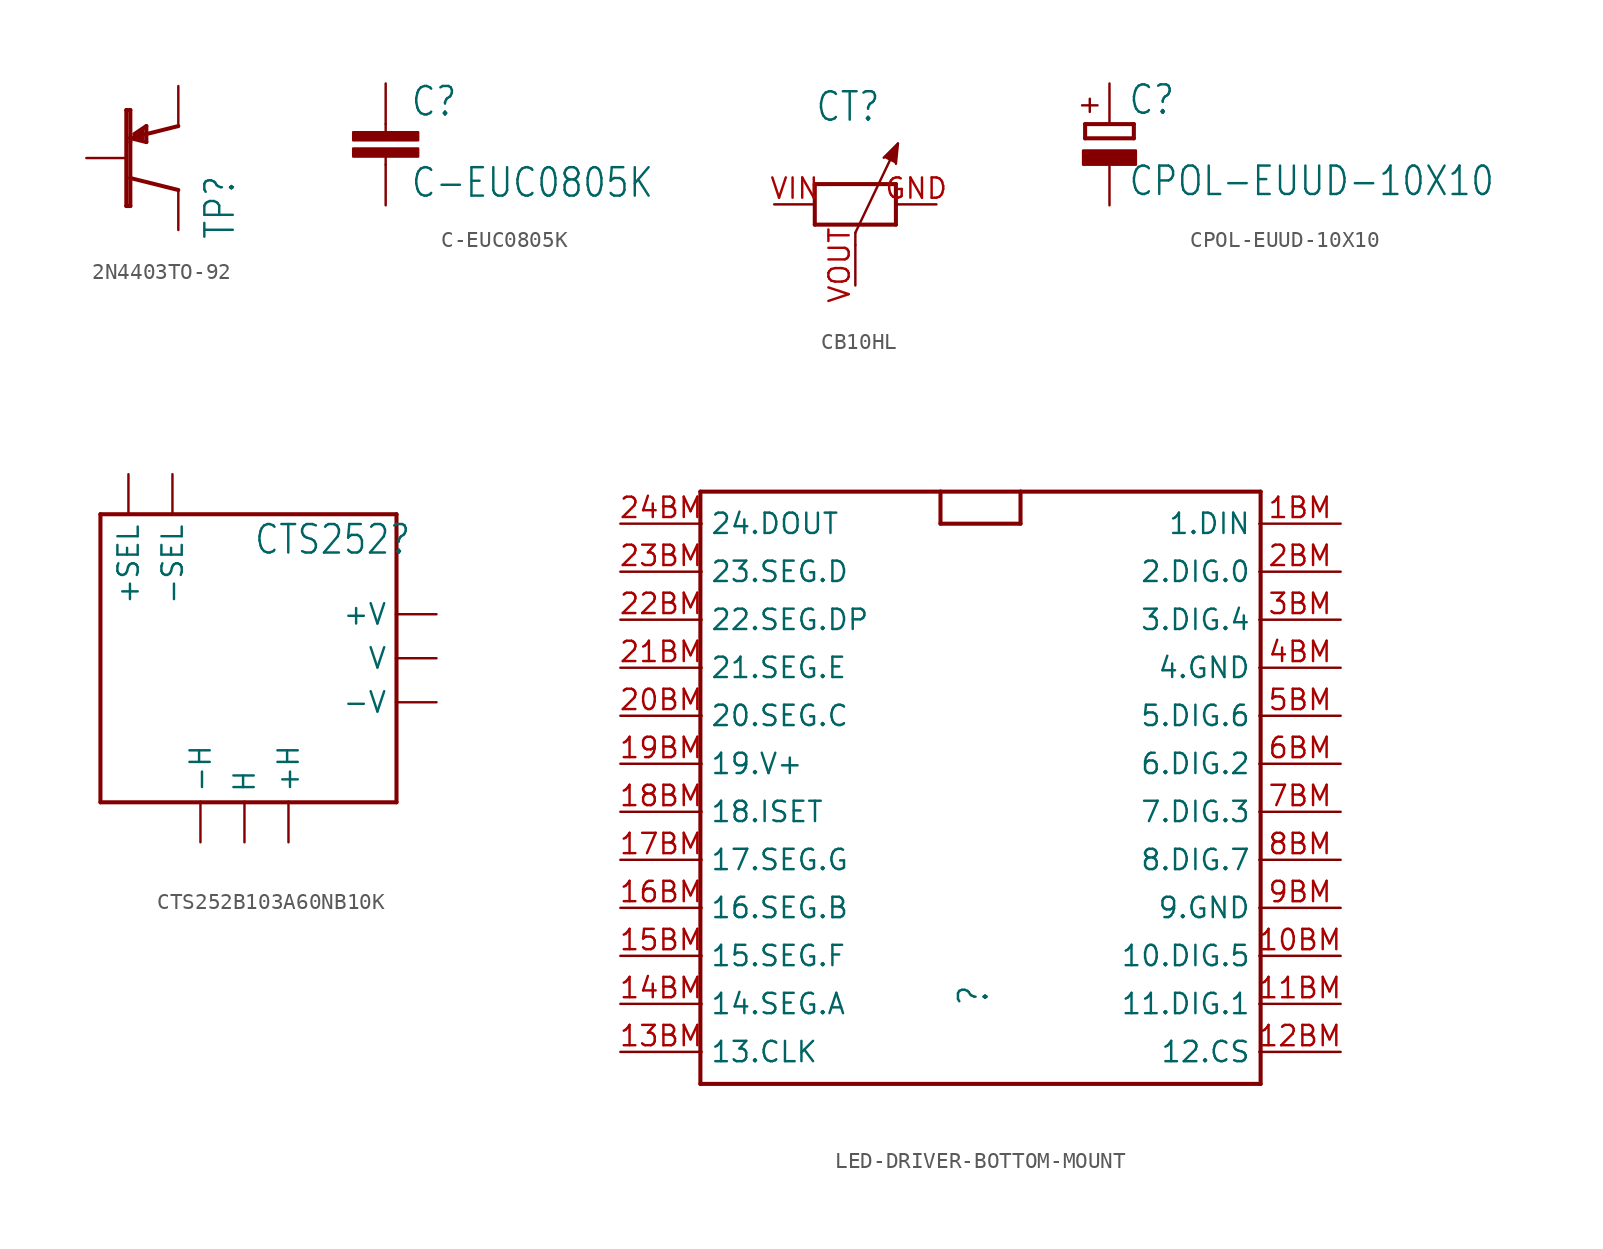
<source format=kicad_sym>
(kicad_symbol_lib
  (version 20211014)
  (generator kicad_symbol_editor)
  (symbol "2N4403TO-92"
    (property "Reference" "TP"
      (at 6.63 -5.16 90)
      (effects (font (size 1.778 1.511)) (justify left bottom)))
    (property "ki_locked" ""
      (at 0 0 0)
      (effects (font (size 1.27 1.27))))
    (symbol "2N4403TO-92_1_0"
      (polyline (pts (xy -0.25 -3) (xy -0.25 3)) (stroke (width 0.254) (type default) (color 0 0 0 0)) (fill (type none)))
      (polyline (pts (xy -0.25 3) (xy 0 3)) (stroke (width 0.254) (type default) (color 0 0 0 0)) (fill (type none)))
      (polyline (pts (xy 0 -3) (xy -0.25 -3)) (stroke (width 0.254) (type default) (color 0 0 0 0)) (fill (type none)))
      (polyline (pts (xy 0 -1.25) (xy 0 -3)) (stroke (width 0.254) (type default) (color 0 0 0 0)) (fill (type none)))
      (polyline (pts (xy 0 1) (xy 0 -1.25)) (stroke (width 0.254) (type default) (color 0 0 0 0)) (fill (type none)))
      (polyline (pts (xy 0 1) (xy 0 1.25)) (stroke (width 0.254) (type default) (color 0 0 0 0)) (fill (type none)))
      (polyline (pts (xy 0 1.25) (xy 0 3)) (stroke (width 0.254) (type default) (color 0 0 0 0)) (fill (type none)))
      (polyline (pts (xy 0 1.25) (xy 0.75 1.25)) (stroke (width 0.254) (type default) (color 0 0 0 0)) (fill (type none)))
      (polyline (pts (xy 0.25 1.5) (xy 1 2)) (stroke (width 0.254) (type default) (color 0 0 0 0)) (fill (type none)))
      (polyline (pts (xy 0.75 1.25) (xy 0.75 1.75)) (stroke (width 0.254) (type default) (color 0 0 0 0)) (fill (type none)))
      (polyline (pts (xy 0.75 1.75) (xy 0.5 1.5)) (stroke (width 0.254) (type default) (color 0 0 0 0)) (fill (type none)))
      (polyline (pts (xy 1 1) (xy 0 1.25)) (stroke (width 0.254) (type default) (color 0 0 0 0)) (fill (type none)))
      (polyline (pts (xy 1 2) (xy 1 1)) (stroke (width 0.254) (type default) (color 0 0 0 0)) (fill (type none)))
      (polyline (pts (xy 3 -2) (xy 0 -1.25)) (stroke (width 0.25) (type default) (color 0 0 0 0)) (fill (type none)))
      (polyline (pts (xy 3 2) (xy 0 1.25)) (stroke (width 0.25) (type default) (color 0 0 0 0)) (fill (type none)))
      (pin passive line (at -2.75 0 0) (length 2.54) (name "B" (effects (font (size 0 0)))) (number "B" (effects (font (size 0 0)))))
      (pin passive line (at 3 -4.5 90) (length 2.54) (name "C" (effects (font (size 0 0)))) (number "C" (effects (font (size 0 0)))))
      (pin passive line (at 3 4.5 270) (length 2.54) (name "E" (effects (font (size 0 0)))) (number "E" (effects (font (size 0 0)))))))
  (symbol "C-EUC0805K"
    (property "Reference" "C"
      (at 1.524 0.381 0)
      (effects (font (size 1.778 1.511)) (justify left bottom)))
    (property "Value" "C-EUC0805K"
      (at 1.524 -4.699 0)
      (effects (font (size 1.778 1.511)) (justify left bottom)))
    (property "ki_locked" ""
      (at 0 0 0)
      (effects (font (size 1.27 1.27))))
    (symbol "C-EUC0805K_1_0"
      (rectangle (start -2.032 -2.032) (end 2.032 -1.524) (stroke (width 0) (type default) (color 0 0 0 0)) (fill (type outline)))
      (rectangle (start -2.032 -1.016) (end 2.032 -0.508) (stroke (width 0) (type default) (color 0 0 0 0)) (fill (type outline)))
      (polyline (pts (xy 0 -2.54) (xy 0 -2.032)) (stroke (width 0.152) (type default) (color 0 0 0 0)) (fill (type none)))
      (polyline (pts (xy 0 0) (xy 0 -0.508)) (stroke (width 0.152) (type default) (color 0 0 0 0)) (fill (type none)))
      (pin passive line (at 0 2.54 270) (length 2.54) (name "1" (effects (font (size 0 0)))) (number "1" (effects (font (size 0 0)))))
      (pin passive line (at 0 -5.08 90) (length 2.54) (name "2" (effects (font (size 0 0)))) (number "2" (effects (font (size 0 0)))))))
  (symbol "CB10HL"
    (property "Reference" "CT"
      (at -2.54 5.08 0)
      (effects (font (size 1.778 1.511)) (justify left bottom)))
    (property "ki_locked" ""
      (at 0 0 0)
      (effects (font (size 1.27 1.27))))
    (symbol "CB10HL_1_0"
      (polyline (pts (xy -2.54 -1.27) (xy 2.54 -1.27)) (stroke (width 0.254) (type default) (color 0 0 0 0)) (fill (type none)))
      (polyline (pts (xy -2.54 1.27) (xy -2.54 -1.27)) (stroke (width 0.254) (type default) (color 0 0 0 0)) (fill (type none)))
      (polyline (pts (xy 0 -1.778) (xy 0 -2.54)) (stroke (width 0.152) (type default) (color 0 0 0 0)) (fill (type none)))
      (polyline (pts (xy 0 -1.778) (xy 2.667 3.81)) (stroke (width 0.152) (type default) (color 0 0 0 0)) (fill (type none)))
      (polyline (pts (xy 2.54 -1.27) (xy 2.54 1.27)) (stroke (width 0.254) (type default) (color 0 0 0 0)) (fill (type none)))
      (polyline (pts (xy 2.54 1.27) (xy -2.54 1.27)) (stroke (width 0.254) (type default) (color 0 0 0 0)) (fill (type none)))
      (polyline (pts (xy 2.54 2.54) (xy 2.667 3.81) (xy 1.778 2.921)) (stroke (width 0) (type default) (color 0 0 0 0)) (fill (type outline)))
      (pin passive line (at 5.08 0 180) (length 2.54) (name "GND" (effects (font (size 0 0)))) (number "GND" (effects (font (size 1.27 1.27)))))
      (pin input line (at -5.08 0 0) (length 2.54) (name "VIN" (effects (font (size 0 0)))) (number "VIN" (effects (font (size 1.27 1.27)))))
      (pin output line (at 0 -5.08 90) (length 2.54) (name "VOUT" (effects (font (size 0 0)))) (number "VOUT" (effects (font (size 1.27 1.27)))))))
  (symbol "CPOL-EUUD-10X10"
    (property "Reference" "C"
      (at 1.143 0.483 0)
      (effects (font (size 1.778 1.511)) (justify left bottom)))
    (property "Value" "CPOL-EUUD-10X10"
      (at 1.143 -4.597 0)
      (effects (font (size 1.778 1.511)) (justify left bottom)))
    (property "ki_locked" ""
      (at 0 0 0)
      (effects (font (size 1.27 1.27))))
    (symbol "CPOL-EUUD-10X10_1_0"
      (rectangle (start -1.651 -2.54) (end 1.651 -1.651) (stroke (width 0) (type default) (color 0 0 0 0)) (fill (type outline)))
      (polyline (pts (xy -1.524 -0.889) (xy 1.524 -0.889)) (stroke (width 0.254) (type default) (color 0 0 0 0)) (fill (type none)))
      (polyline (pts (xy -1.524 0) (xy -1.524 -0.889)) (stroke (width 0.254) (type default) (color 0 0 0 0)) (fill (type none)))
      (polyline (pts (xy -1.524 0) (xy 1.524 0)) (stroke (width 0.254) (type default) (color 0 0 0 0)) (fill (type none)))
      (polyline (pts (xy 1.524 -0.889) (xy 1.524 0)) (stroke (width 0.254) (type default) (color 0 0 0 0)) (fill (type none)))
      (text "+" (at -0.584 0.406 900) (effects (font (size 1.27 1.079)) (justify left bottom)))
      (pin passive line (at 0 2.54 270) (length 2.54) (name "+" (effects (font (size 0 0)))) (number "+" (effects (font (size 0 0)))))
      (pin passive line (at 0 -5.08 90) (length 2.54) (name "-" (effects (font (size 0 0)))) (number "-" (effects (font (size 0 0)))))))
  (symbol "CTS252B103A60NB10K"
    (property "Reference" "CTS252"
      (at 0.55 6.382 0)
      (effects (font (size 1.778 1.511)) (justify left bottom)))
    (property "ki_locked" ""
      (at 0 0 0)
      (effects (font (size 1.27 1.27))))
    (symbol "CTS252B103A60NB10K_1_0"
      (polyline (pts (xy -9 -9) (xy 9.5 -9)) (stroke (width 0.254) (type default) (color 0 0 0 0)) (fill (type none)))
      (polyline (pts (xy -9 9) (xy -9 -9)) (stroke (width 0.254) (type default) (color 0 0 0 0)) (fill (type none)))
      (polyline (pts (xy 9.5 -9) (xy 9.5 9)) (stroke (width 0.254) (type default) (color 0 0 0 0)) (fill (type none)))
      (polyline (pts (xy 9.5 9) (xy -9 9)) (stroke (width 0.254) (type default) (color 0 0 0 0)) (fill (type none)))
      (pin power_in line (at 2.75 -11.5 90) (length 2.54) (name "+H" (effects (font (size 1.27 1.27)))) (number "H+" (effects (font (size 0 0)))))
      (pin passive line (at -2.75 -11.5 90) (length 2.54) (name "-H" (effects (font (size 1.27 1.27)))) (number "H-" (effects (font (size 0 0)))))
      (pin output line (at 0 -11.5 90) (length 2.54) (name "H" (effects (font (size 1.27 1.27)))) (number "H-OUT" (effects (font (size 0 0)))))
      (pin power_in line (at -7.25 11.5 270) (length 2.54) (name "+SEL" (effects (font (size 1.27 1.27)))) (number "SEL+" (effects (font (size 0 0)))))
      (pin passive line (at -4.5 11.5 270) (length 2.54) (name "-SEL" (effects (font (size 1.27 1.27)))) (number "SEL-" (effects (font (size 0 0)))))
      (pin power_in line (at 12 2.75 180) (length 2.54) (name "+V" (effects (font (size 1.27 1.27)))) (number "V+" (effects (font (size 0 0)))))
      (pin passive line (at 12 -2.75 180) (length 2.54) (name "-V" (effects (font (size 1.27 1.27)))) (number "V-" (effects (font (size 0 0)))))
      (pin output line (at 12 0 180) (length 2.54) (name "V" (effects (font (size 1.27 1.27)))) (number "V-OUT" (effects (font (size 0 0)))))))
  (symbol "LED-DRIVER-BOTTOM-MOUNT"
    (property "Reference" ""
      (at 1.095 -14.225 90)
      (effects (font (size 1.778 1.511)) (justify left bottom)))
    (property "ki_locked" ""
      (at 0 0 0)
      (effects (font (size 1.27 1.27))))
    (symbol "LED-DRIVER-BOTTOM-MOUNT_1_0"
      (polyline (pts (xy -17 -19) (xy -17 18)) (stroke (width 0.254) (type default) (color 0 0 0 0)) (fill (type none)))
      (polyline (pts (xy -17 18) (xy -2 18)) (stroke (width 0.254) (type default) (color 0 0 0 0)) (fill (type none)))
      (polyline (pts (xy -2 16) (xy -2 18)) (stroke (width 0.254) (type default) (color 0 0 0 0)) (fill (type none)))
      (polyline (pts (xy -2 18) (xy 3 18)) (stroke (width 0.254) (type default) (color 0 0 0 0)) (fill (type none)))
      (polyline (pts (xy 3 16) (xy -2 16)) (stroke (width 0.254) (type default) (color 0 0 0 0)) (fill (type none)))
      (polyline (pts (xy 3 18) (xy 3 16)) (stroke (width 0.254) (type default) (color 0 0 0 0)) (fill (type none)))
      (polyline (pts (xy 3 18) (xy 18 18)) (stroke (width 0.254) (type default) (color 0 0 0 0)) (fill (type none)))
      (polyline (pts (xy 18 -19) (xy -17 -19)) (stroke (width 0.254) (type default) (color 0 0 0 0)) (fill (type none)))
      (polyline (pts (xy 18 18) (xy 18 -19)) (stroke (width 0.254) (type default) (color 0 0 0 0)) (fill (type none)))
      (pin bidirectional line (at 23 -11 180) (length 5.08) (name "10.DIG.5" (effects (font (size 1.27 1.27)))) (number "10BM" (effects (font (size 1.27 1.27)))))
      (pin bidirectional line (at 23 -14 180) (length 5.08) (name "11.DIG.1" (effects (font (size 1.27 1.27)))) (number "11BM" (effects (font (size 1.27 1.27)))))
      (pin input line (at 23 -17 180) (length 5.08) (name "12.CS" (effects (font (size 1.27 1.27)))) (number "12BM" (effects (font (size 1.27 1.27)))))
      (pin input line (at -22 -17 0) (length 5.08) (name "13.CLK" (effects (font (size 1.27 1.27)))) (number "13BM" (effects (font (size 1.27 1.27)))))
      (pin bidirectional line (at -22 -14 0) (length 5.08) (name "14.SEG.A" (effects (font (size 1.27 1.27)))) (number "14BM" (effects (font (size 1.27 1.27)))))
      (pin bidirectional line (at -22 -11 0) (length 5.08) (name "15.SEG.F" (effects (font (size 1.27 1.27)))) (number "15BM" (effects (font (size 1.27 1.27)))))
      (pin bidirectional line (at -22 -8 0) (length 5.08) (name "16.SEG.B" (effects (font (size 1.27 1.27)))) (number "16BM" (effects (font (size 1.27 1.27)))))
      (pin bidirectional line (at -22 -5 0) (length 5.08) (name "17.SEG.G" (effects (font (size 1.27 1.27)))) (number "17BM" (effects (font (size 1.27 1.27)))))
      (pin passive line (at -22 -2 0) (length 5.08) (name "18.ISET" (effects (font (size 1.27 1.27)))) (number "18BM" (effects (font (size 1.27 1.27)))))
      (pin power_in line (at -22 1 0) (length 5.08) (name "19.V+" (effects (font (size 1.27 1.27)))) (number "19BM" (effects (font (size 1.27 1.27)))))
      (pin input line (at 23 16 180) (length 5.08) (name "1.DIN" (effects (font (size 1.27 1.27)))) (number "1BM" (effects (font (size 1.27 1.27)))))
      (pin bidirectional line (at -22 4 0) (length 5.08) (name "20.SEG.C" (effects (font (size 1.27 1.27)))) (number "20BM" (effects (font (size 1.27 1.27)))))
      (pin bidirectional line (at -22 7 0) (length 5.08) (name "21.SEG.E" (effects (font (size 1.27 1.27)))) (number "21BM" (effects (font (size 1.27 1.27)))))
      (pin bidirectional line (at -22 10 0) (length 5.08) (name "22.SEG.DP" (effects (font (size 1.27 1.27)))) (number "22BM" (effects (font (size 1.27 1.27)))))
      (pin bidirectional line (at -22 13 0) (length 5.08) (name "23.SEG.D" (effects (font (size 1.27 1.27)))) (number "23BM" (effects (font (size 1.27 1.27)))))
      (pin output line (at -22 16 0) (length 5.08) (name "24.DOUT" (effects (font (size 1.27 1.27)))) (number "24BM" (effects (font (size 1.27 1.27)))))
      (pin bidirectional line (at 23 13 180) (length 5.08) (name "2.DIG.0" (effects (font (size 1.27 1.27)))) (number "2BM" (effects (font (size 1.27 1.27)))))
      (pin bidirectional line (at 23 10 180) (length 5.08) (name "3.DIG.4" (effects (font (size 1.27 1.27)))) (number "3BM" (effects (font (size 1.27 1.27)))))
      (pin passive line (at 23 7 180) (length 5.08) (name "4.GND" (effects (font (size 1.27 1.27)))) (number "4BM" (effects (font (size 1.27 1.27)))))
      (pin bidirectional line (at 23 4 180) (length 5.08) (name "5.DIG.6" (effects (font (size 1.27 1.27)))) (number "5BM" (effects (font (size 1.27 1.27)))))
      (pin bidirectional line (at 23 1 180) (length 5.08) (name "6.DIG.2" (effects (font (size 1.27 1.27)))) (number "6BM" (effects (font (size 1.27 1.27)))))
      (pin bidirectional line (at 23 -2 180) (length 5.08) (name "7.DIG.3" (effects (font (size 1.27 1.27)))) (number "7BM" (effects (font (size 1.27 1.27)))))
      (pin bidirectional line (at 23 -5 180) (length 5.08) (name "8.DIG.7" (effects (font (size 1.27 1.27)))) (number "8BM" (effects (font (size 1.27 1.27)))))
      (pin passive line (at 23 -8 180) (length 5.08) (name "9.GND" (effects (font (size 1.27 1.27)))) (number "9BM" (effects (font (size 1.27 1.27))))))))
</source>
